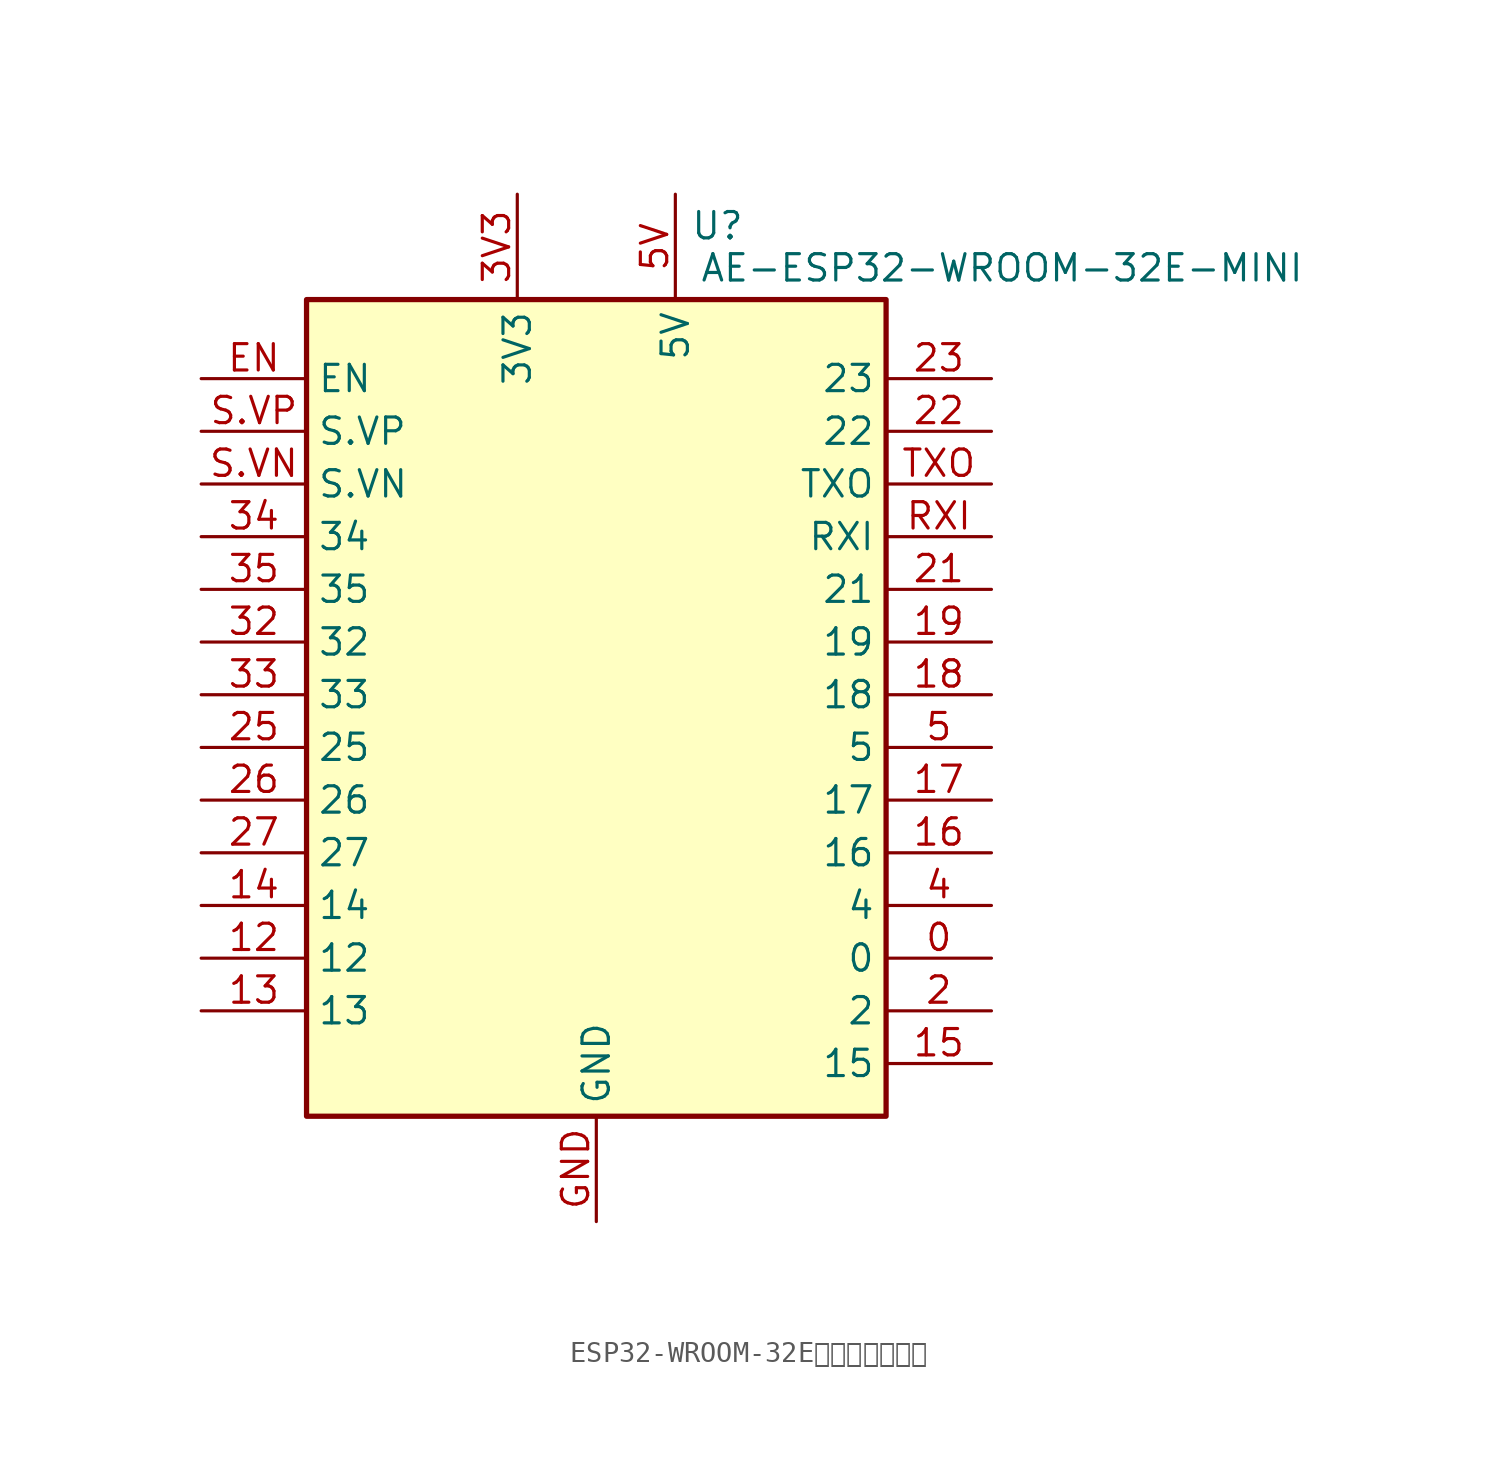
<source format=kicad_sym>
(kicad_symbol_lib
  (version 20241209)
  (generator "kicad_symbol_editor")
  (generator_version "9.0")
  (symbol "ESP32-WROOM-32Eマイコンボード"
    (property "Reference" "U"
      (at 5.842 3.556 0)
      (effects (font (size 1.27 1.27))))
    (property "Value" "AE-ESP32-WROOM-32E-MINI"
      (at 19.558 1.524 0)
      (effects (font (size 1.27 1.27))))
    (symbol "ESP32-WROOM-32Eマイコンボード_0_1"
      (rectangle (start -13.97 0) (end 13.97 -39.37) (stroke (width 0.254) (type default)) (fill (type background))))
    (symbol "ESP32-WROOM-32Eマイコンボード_1_1"
      (pin input line (at -19.05 -3.81 0) (length 5.08) (name "EN" (effects (font (size 1.27 1.27)))) (number "EN" (effects (font (size 1.27 1.27)))))
      (pin input line (at -19.05 -6.35 0) (length 5.08) (name "S.VP" (effects (font (size 1.27 1.27)))) (number "S.VP" (effects (font (size 1.27 1.27)))))
      (pin input line (at -19.05 -8.89 0) (length 5.08) (name "S.VN\n" (effects (font (size 1.27 1.27)))) (number "S.VN" (effects (font (size 1.27 1.27)))))
      (pin input line (at -19.05 -11.43 0) (length 5.08) (name "34" (effects (font (size 1.27 1.27)))) (number "34" (effects (font (size 1.27 1.27)))))
      (pin input line (at -19.05 -13.97 0) (length 5.08) (name "35" (effects (font (size 1.27 1.27)))) (number "35" (effects (font (size 1.27 1.27)))))
      (pin input line (at -19.05 -16.51 0) (length 5.08) (name "32" (effects (font (size 1.27 1.27)))) (number "32" (effects (font (size 1.27 1.27)))))
      (pin input line (at -19.05 -19.05 0) (length 5.08) (name "33" (effects (font (size 1.27 1.27)))) (number "33" (effects (font (size 1.27 1.27)))))
      (pin input line (at -19.05 -21.59 0) (length 5.08) (name "25" (effects (font (size 1.27 1.27)))) (number "25" (effects (font (size 1.27 1.27)))))
      (pin input line (at -19.05 -24.13 0) (length 5.08) (name "26" (effects (font (size 1.27 1.27)))) (number "26" (effects (font (size 1.27 1.27)))))
      (pin input line (at -19.05 -26.67 0) (length 5.08) (name "27" (effects (font (size 1.27 1.27)))) (number "27" (effects (font (size 1.27 1.27)))))
      (pin input line (at -19.05 -29.21 0) (length 5.08) (name "14" (effects (font (size 1.27 1.27)))) (number "14" (effects (font (size 1.27 1.27)))))
      (pin input line (at -19.05 -31.75 0) (length 5.08) (name "12" (effects (font (size 1.27 1.27)))) (number "12" (effects (font (size 1.27 1.27)))))
      (pin input line (at -19.05 -34.29 0) (length 5.08) (name "13" (effects (font (size 1.27 1.27)))) (number "13" (effects (font (size 1.27 1.27)))))
      (pin power_in line (at -3.81 5.08 270) (length 5.08) (name "3V3" (effects (font (size 1.27 1.27)))) (number "3V3" (effects (font (size 1.27 1.27)))))
      (pin input line (at 0 -44.45 90) (length 5.08) (name "GND" (effects (font (size 1.27 1.27)))) (number "GND" (effects (font (size 1.27 1.27)))))
      (pin power_in line (at 3.81 5.08 270) (length 5.08) (name "5V" (effects (font (size 1.27 1.27)))) (number "5V" (effects (font (size 1.27 1.27)))))
      (pin input line (at 19.05 -3.81 180) (length 5.08) (name "23" (effects (font (size 1.27 1.27)))) (number "23" (effects (font (size 1.27 1.27)))))
      (pin input line (at 19.05 -6.35 180) (length 5.08) (name "22" (effects (font (size 1.27 1.27)))) (number "22" (effects (font (size 1.27 1.27)))))
      (pin bidirectional line (at 19.05 -8.89 180) (length 5.08) (name "TXO" (effects (font (size 1.27 1.27)))) (number "TXO" (effects (font (size 1.27 1.27)))))
      (pin bidirectional line (at 19.05 -11.43 180) (length 5.08) (name "RXI" (effects (font (size 1.27 1.27)))) (number "RXI" (effects (font (size 1.27 1.27)))))
      (pin input line (at 19.05 -13.97 180) (length 5.08) (name "21" (effects (font (size 1.27 1.27)))) (number "21" (effects (font (size 1.27 1.27)))))
      (pin input line (at 19.05 -16.51 180) (length 5.08) (name "19" (effects (font (size 1.27 1.27)))) (number "19" (effects (font (size 1.27 1.27)))))
      (pin input line (at 19.05 -19.05 180) (length 5.08) (name "18" (effects (font (size 1.27 1.27)))) (number "18" (effects (font (size 1.27 1.27)))))
      (pin input line (at 19.05 -21.59 180) (length 5.08) (name "5" (effects (font (size 1.27 1.27)))) (number "5" (effects (font (size 1.27 1.27)))))
      (pin input line (at 19.05 -24.13 180) (length 5.08) (name "17" (effects (font (size 1.27 1.27)))) (number "17" (effects (font (size 1.27 1.27)))))
      (pin input line (at 19.05 -26.67 180) (length 5.08) (name "16" (effects (font (size 1.27 1.27)))) (number "16" (effects (font (size 1.27 1.27)))))
      (pin input line (at 19.05 -29.21 180) (length 5.08) (name "4" (effects (font (size 1.27 1.27)))) (number "4" (effects (font (size 1.27 1.27)))))
      (pin input line (at 19.05 -31.75 180) (length 5.08) (name "0" (effects (font (size 1.27 1.27)))) (number "0" (effects (font (size 1.27 1.27)))))
      (pin input line (at 19.05 -34.29 180) (length 5.08) (name "2" (effects (font (size 1.27 1.27)))) (number "2" (effects (font (size 1.27 1.27)))))
      (pin input line (at 19.05 -36.83 180) (length 5.08) (name "15" (effects (font (size 1.27 1.27)))) (number "15" (effects (font (size 1.27 1.27))))))))
</source>
